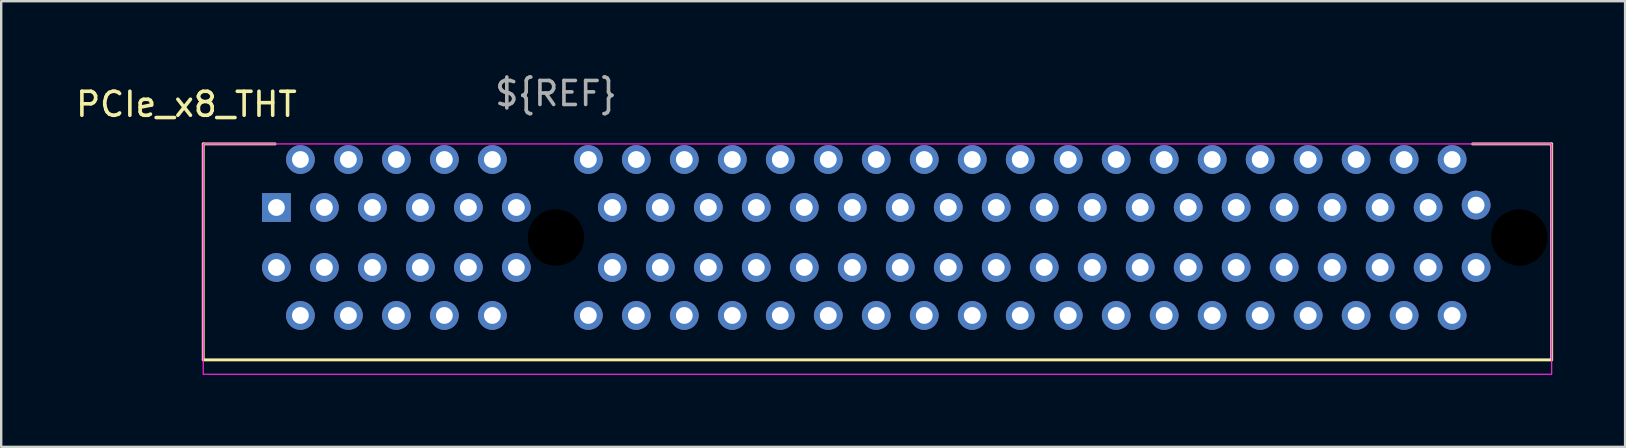
<source format=kicad_pcb>
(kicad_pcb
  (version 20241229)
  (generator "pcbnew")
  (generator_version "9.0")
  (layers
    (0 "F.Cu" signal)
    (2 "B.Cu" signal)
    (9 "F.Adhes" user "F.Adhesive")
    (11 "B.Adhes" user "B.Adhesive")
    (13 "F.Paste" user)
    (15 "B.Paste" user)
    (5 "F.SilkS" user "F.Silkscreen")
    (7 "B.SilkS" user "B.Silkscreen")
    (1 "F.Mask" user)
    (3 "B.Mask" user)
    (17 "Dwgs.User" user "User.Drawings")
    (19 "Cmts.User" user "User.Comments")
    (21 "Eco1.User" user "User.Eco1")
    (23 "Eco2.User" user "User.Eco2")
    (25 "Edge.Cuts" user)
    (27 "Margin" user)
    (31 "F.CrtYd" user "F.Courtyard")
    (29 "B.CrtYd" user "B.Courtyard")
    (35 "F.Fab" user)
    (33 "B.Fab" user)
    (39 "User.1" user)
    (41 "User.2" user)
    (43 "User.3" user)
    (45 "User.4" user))
  (footprint "PCIe_x8_THT"
    (layer "F.Cu")
    (at 20.12 6.848)
    (property "Reference" "PCIe_x8_THT" (at -15.4 -5.55 0) (unlocked yes) (layer "F.SilkS") (effects (font (size 1 1) (thickness 0.15))))
    (fp_line (start -14.7 -3.9) (end -14.7 5.1) (stroke (width 0.12) (type solid)) (layer "F.SilkS"))
    (fp_line (start -14.7 -3.9) (end -11.7 -3.9) (stroke (width 0.12) (type solid)) (layer "F.SilkS"))
    (fp_line (start -14.7 5.1) (end 41.5 5.1) (stroke (width 0.12) (type solid)) (layer "F.SilkS"))
    (fp_line (start 41.5 -3.9) (end 38.2 -3.9) (stroke (width 0.12) (type solid)) (layer "F.SilkS"))
    (fp_line (start 41.5 -3.9) (end 41.5 5.1) (stroke (width 0.12) (type solid)) (layer "F.SilkS"))
    (fp_rect (start -14.7 5.7) (end 41.5 -3.9) (stroke (width 0.05) (type solid)) (fill no) (layer "F.CrtYd"))
    (fp_text user "${REF}" (at 0 -6 0) (unlocked yes) (layer "F.Fab") (effects (font (size 1 1) (thickness 0.15))))
    (pad "" np_thru_hole circle (at 0 0) (size 2.35 2.35) (drill 2.35) (layers "*.Mask"))
    (pad "" np_thru_hole circle (at 40.15 0) (size 2.35 2.35) (drill 2.35) (layers "*.Mask"))
    (pad "A1" thru_hole rect (at -11.65 -1.25) (size 1.2 1.2) (drill 0.7) (layers "*.Cu" "*.Mask"))
    (pad "A2" thru_hole circle (at -10.65 -3.25) (size 1.2 1.2) (drill 0.7) (layers "*.Cu" "*.Mask"))
    (pad "A3" thru_hole circle (at -9.65 -1.25) (size 1.2 1.2) (drill 0.7) (layers "*.Cu" "*.Mask"))
    (pad "A4" thru_hole circle (at -8.65 -3.25) (size 1.2 1.2) (drill 0.7) (layers "*.Cu" "*.Mask"))
    (pad "A5" thru_hole circle (at -7.65 -1.25) (size 1.2 1.2) (drill 0.7) (layers "*.Cu" "*.Mask"))
    (pad "A6" thru_hole circle (at -6.65 -3.25) (size 1.2 1.2) (drill 0.7) (layers "*.Cu" "*.Mask"))
    (pad "A7" thru_hole circle (at -5.65 -1.25) (size 1.2 1.2) (drill 0.7) (layers "*.Cu" "*.Mask"))
    (pad "A8" thru_hole circle (at -4.65 -3.25) (size 1.2 1.2) (drill 0.7) (layers "*.Cu" "*.Mask"))
    (pad "A9" thru_hole circle (at -3.65 -1.25) (size 1.2 1.2) (drill 0.7) (layers "*.Cu" "*.Mask"))
    (pad "A10" thru_hole circle (at -2.65 -3.25) (size 1.2 1.2) (drill 0.7) (layers "*.Cu" "*.Mask"))
    (pad "A11" thru_hole circle (at -1.65 -1.25) (size 1.2 1.2) (drill 0.7) (layers "*.Cu" "*.Mask"))
    (pad "A12" thru_hole circle (at 1.35 -3.25) (size 1.2 1.2) (drill 0.7) (layers "*.Cu" "*.Mask"))
    (pad "A13" thru_hole circle (at 2.35 -1.25) (size 1.2 1.2) (drill 0.7) (layers "*.Cu" "*.Mask"))
    (pad "A14" thru_hole circle (at 3.35 -3.25) (size 1.2 1.2) (drill 0.7) (layers "*.Cu" "*.Mask"))
    (pad "A15" thru_hole circle (at 4.35 -1.25) (size 1.2 1.2) (drill 0.7) (layers "*.Cu" "*.Mask"))
    (pad "A16" thru_hole circle (at 5.35 -3.25) (size 1.2 1.2) (drill 0.7) (layers "*.Cu" "*.Mask"))
    (pad "A17" thru_hole circle (at 6.35 -1.25) (size 1.2 1.2) (drill 0.7) (layers "*.Cu" "*.Mask"))
    (pad "A18" thru_hole circle (at 7.35 -3.25) (size 1.2 1.2) (drill 0.7) (layers "*.Cu" "*.Mask"))
    (pad "A19" thru_hole circle (at 8.35 -1.25) (size 1.2 1.2) (drill 0.7) (layers "*.Cu" "*.Mask"))
    (pad "A20" thru_hole circle (at 9.35 -3.25) (size 1.2 1.2) (drill 0.7) (layers "*.Cu" "*.Mask"))
    (pad "A21" thru_hole circle (at 10.35 -1.25) (size 1.2 1.2) (drill 0.7) (layers "*.Cu" "*.Mask"))
    (pad "A22" thru_hole circle (at 11.35 -3.25) (size 1.2 1.2) (drill 0.7) (layers "*.Cu" "*.Mask"))
    (pad "A23" thru_hole circle (at 12.35 -1.25) (size 1.2 1.2) (drill 0.7) (layers "*.Cu" "*.Mask"))
    (pad "A24" thru_hole circle (at 13.35 -3.25) (size 1.2 1.2) (drill 0.7) (layers "*.Cu" "*.Mask"))
    (pad "A25" thru_hole circle (at 14.35 -1.25) (size 1.2 1.2) (drill 0.7) (layers "*.Cu" "*.Mask"))
    (pad "A26" thru_hole circle (at 15.35 -3.25) (size 1.2 1.2) (drill 0.7) (layers "*.Cu" "*.Mask"))
    (pad "A27" thru_hole circle (at 16.35 -1.25) (size 1.2 1.2) (drill 0.7) (layers "*.Cu" "*.Mask"))
    (pad "A28" thru_hole circle (at 17.35 -3.25) (size 1.2 1.2) (drill 0.7) (layers "*.Cu" "*.Mask"))
    (pad "A29" thru_hole circle (at 18.35 -1.25) (size 1.2 1.2) (drill 0.7) (layers "*.Cu" "*.Mask"))
    (pad "A30" thru_hole circle (at 19.35 -3.25) (size 1.2 1.2) (drill 0.7) (layers "*.Cu" "*.Mask"))
    (pad "A31" thru_hole circle (at 20.35 -1.25) (size 1.2 1.2) (drill 0.7) (layers "*.Cu" "*.Mask"))
    (pad "A32" thru_hole circle (at 21.35 -3.25) (size 1.2 1.2) (drill 0.7) (layers "*.Cu" "*.Mask"))
    (pad "A33" thru_hole circle (at 22.35 -1.25) (size 1.2 1.2) (drill 0.7) (layers "*.Cu" "*.Mask"))
    (pad "A34" thru_hole circle (at 23.35 -3.25) (size 1.2 1.2) (drill 0.7) (layers "*.Cu" "*.Mask"))
    (pad "A35" thru_hole circle (at 24.35 -1.25) (size 1.2 1.2) (drill 0.7) (layers "*.Cu" "*.Mask"))
    (pad "A36" thru_hole circle (at 25.35 -3.25) (size 1.2 1.2) (drill 0.7) (layers "*.Cu" "*.Mask"))
    (pad "A37" thru_hole circle (at 26.35 -1.25) (size 1.2 1.2) (drill 0.7) (layers "*.Cu" "*.Mask"))
    (pad "A38" thru_hole circle (at 27.35 -3.25) (size 1.2 1.2) (drill 0.7) (layers "*.Cu" "*.Mask"))
    (pad "A39" thru_hole circle (at 28.35 -1.25) (size 1.2 1.2) (drill 0.7) (layers "*.Cu" "*.Mask"))
    (pad "A40" thru_hole circle (at 29.35 -3.25) (size 1.2 1.2) (drill 0.7) (layers "*.Cu" "*.Mask"))
    (pad "A41" thru_hole circle (at 30.35 -1.25) (size 1.2 1.2) (drill 0.7) (layers "*.Cu" "*.Mask"))
    (pad "A42" thru_hole circle (at 31.35 -3.25) (size 1.2 1.2) (drill 0.7) (layers "*.Cu" "*.Mask"))
    (pad "A43" thru_hole circle (at 32.35 -1.25) (size 1.2 1.2) (drill 0.7) (layers "*.Cu" "*.Mask"))
    (pad "A44" thru_hole circle (at 33.35 -3.25) (size 1.2 1.2) (drill 0.7) (layers "*.Cu" "*.Mask"))
    (pad "A45" thru_hole circle (at 34.35 -1.25) (size 1.2 1.2) (drill 0.7) (layers "*.Cu" "*.Mask"))
    (pad "A46" thru_hole circle (at 35.35 -3.25) (size 1.2 1.2) (drill 0.7) (layers "*.Cu" "*.Mask"))
    (pad "A47" thru_hole circle (at 36.35 -1.25) (size 1.2 1.2) (drill 0.7) (layers "*.Cu" "*.Mask"))
    (pad "A48" thru_hole circle (at 37.35 -3.25) (size 1.2 1.2) (drill 0.7) (layers "*.Cu" "*.Mask"))
    (pad "A49" thru_hole circle (at 38.35 -1.35) (size 1.2 1.2) (drill 0.7) (layers "*.Cu" "*.Mask"))
    (pad "B1" thru_hole circle (at -11.65 1.25) (size 1.2 1.2) (drill 0.7) (layers "*.Cu" "*.Mask"))
    (pad "B2" thru_hole circle (at -10.65 3.25) (size 1.2 1.2) (drill 0.7) (layers "*.Cu" "*.Mask"))
    (pad "B3" thru_hole circle (at -9.65 1.25) (size 1.2 1.2) (drill 0.7) (layers "*.Cu" "*.Mask"))
    (pad "B4" thru_hole circle (at -8.65 3.25) (size 1.2 1.2) (drill 0.7) (layers "*.Cu" "*.Mask"))
    (pad "B5" thru_hole circle (at -7.65 1.25) (size 1.2 1.2) (drill 0.7) (layers "*.Cu" "*.Mask"))
    (pad "B6" thru_hole circle (at -6.65 3.25) (size 1.2 1.2) (drill 0.7) (layers "*.Cu" "*.Mask"))
    (pad "B7" thru_hole circle (at -5.65 1.25) (size 1.2 1.2) (drill 0.7) (layers "*.Cu" "*.Mask"))
    (pad "B8" thru_hole circle (at -4.65 3.25) (size 1.2 1.2) (drill 0.7) (layers "*.Cu" "*.Mask"))
    (pad "B9" thru_hole circle (at -3.65 1.25) (size 1.2 1.2) (drill 0.7) (layers "*.Cu" "*.Mask"))
    (pad "B10" thru_hole circle (at -2.65 3.25) (size 1.2 1.2) (drill 0.7) (layers "*.Cu" "*.Mask"))
    (pad "B11" thru_hole circle (at -1.65 1.25) (size 1.2 1.2) (drill 0.7) (layers "*.Cu" "*.Mask"))
    (pad "B12" thru_hole circle (at 1.35 3.25) (size 1.2 1.2) (drill 0.7) (layers "*.Cu" "*.Mask"))
    (pad "B13" thru_hole circle (at 2.35 1.25) (size 1.2 1.2) (drill 0.7) (layers "*.Cu" "*.Mask"))
    (pad "B14" thru_hole circle (at 3.35 3.25) (size 1.2 1.2) (drill 0.7) (layers "*.Cu" "*.Mask"))
    (pad "B15" thru_hole circle (at 4.35 1.25) (size 1.2 1.2) (drill 0.7) (layers "*.Cu" "*.Mask"))
    (pad "B16" thru_hole circle (at 5.35 3.25) (size 1.2 1.2) (drill 0.7) (layers "*.Cu" "*.Mask"))
    (pad "B17" thru_hole circle (at 6.35 1.25) (size 1.2 1.2) (drill 0.7) (layers "*.Cu" "*.Mask"))
    (pad "B18" thru_hole circle (at 7.35 3.25) (size 1.2 1.2) (drill 0.7) (layers "*.Cu" "*.Mask"))
    (pad "B19" thru_hole circle (at 8.35 1.25) (size 1.2 1.2) (drill 0.7) (layers "*.Cu" "*.Mask"))
    (pad "B20" thru_hole circle (at 9.35 3.25) (size 1.2 1.2) (drill 0.7) (layers "*.Cu" "*.Mask"))
    (pad "B21" thru_hole circle (at 10.35 1.25) (size 1.2 1.2) (drill 0.7) (layers "*.Cu" "*.Mask"))
    (pad "B22" thru_hole circle (at 11.35 3.25) (size 1.2 1.2) (drill 0.7) (layers "*.Cu" "*.Mask"))
    (pad "B23" thru_hole circle (at 12.35 1.25) (size 1.2 1.2) (drill 0.7) (layers "*.Cu" "*.Mask"))
    (pad "B24" thru_hole circle (at 13.35 3.25) (size 1.2 1.2) (drill 0.7) (layers "*.Cu" "*.Mask"))
    (pad "B25" thru_hole circle (at 14.35 1.25) (size 1.2 1.2) (drill 0.7) (layers "*.Cu" "*.Mask"))
    (pad "B26" thru_hole circle (at 15.35 3.25) (size 1.2 1.2) (drill 0.7) (layers "*.Cu" "*.Mask"))
    (pad "B27" thru_hole circle (at 16.35 1.25) (size 1.2 1.2) (drill 0.7) (layers "*.Cu" "*.Mask"))
    (pad "B28" thru_hole circle (at 17.35 3.25) (size 1.2 1.2) (drill 0.7) (layers "*.Cu" "*.Mask"))
    (pad "B29" thru_hole circle (at 18.35 1.25) (size 1.2 1.2) (drill 0.7) (layers "*.Cu" "*.Mask"))
    (pad "B30" thru_hole circle (at 19.35 3.25) (size 1.2 1.2) (drill 0.7) (layers "*.Cu" "*.Mask"))
    (pad "B31" thru_hole circle (at 20.35 1.25) (size 1.2 1.2) (drill 0.7) (layers "*.Cu" "*.Mask"))
    (pad "B32" thru_hole circle (at 21.35 3.25) (size 1.2 1.2) (drill 0.7) (layers "*.Cu" "*.Mask"))
    (pad "B33" thru_hole circle (at 22.35 1.25) (size 1.2 1.2) (drill 0.7) (layers "*.Cu" "*.Mask"))
    (pad "B34" thru_hole circle (at 23.35 3.25) (size 1.2 1.2) (drill 0.7) (layers "*.Cu" "*.Mask"))
    (pad "B35" thru_hole circle (at 24.35 1.25) (size 1.2 1.2) (drill 0.7) (layers "*.Cu" "*.Mask"))
    (pad "B36" thru_hole circle (at 25.35 3.25) (size 1.2 1.2) (drill 0.7) (layers "*.Cu" "*.Mask"))
    (pad "B37" thru_hole circle (at 26.35 1.25) (size 1.2 1.2) (drill 0.7) (layers "*.Cu" "*.Mask"))
    (pad "B38" thru_hole circle (at 27.35 3.25) (size 1.2 1.2) (drill 0.7) (layers "*.Cu" "*.Mask"))
    (pad "B39" thru_hole circle (at 28.35 1.25) (size 1.2 1.2) (drill 0.7) (layers "*.Cu" "*.Mask"))
    (pad "B40" thru_hole circle (at 29.35 3.25) (size 1.2 1.2) (drill 0.7) (layers "*.Cu" "*.Mask"))
    (pad "B41" thru_hole circle (at 30.35 1.25) (size 1.2 1.2) (drill 0.7) (layers "*.Cu" "*.Mask"))
    (pad "B42" thru_hole circle (at 31.35 3.25) (size 1.2 1.2) (drill 0.7) (layers "*.Cu" "*.Mask"))
    (pad "B43" thru_hole circle (at 32.35 1.25) (size 1.2 1.2) (drill 0.7) (layers "*.Cu" "*.Mask"))
    (pad "B44" thru_hole circle (at 33.35 3.25) (size 1.2 1.2) (drill 0.7) (layers "*.Cu" "*.Mask"))
    (pad "B45" thru_hole circle (at 34.35 1.25) (size 1.2 1.2) (drill 0.7) (layers "*.Cu" "*.Mask"))
    (pad "B46" thru_hole circle (at 35.35 3.25) (size 1.2 1.2) (drill 0.7) (layers "*.Cu" "*.Mask"))
    (pad "B47" thru_hole circle (at 36.35 1.25) (size 1.2 1.2) (drill 0.7) (layers "*.Cu" "*.Mask"))
    (pad "B48" thru_hole circle (at 37.35 3.25) (size 1.2 1.2) (drill 0.7) (layers "*.Cu" "*.Mask"))
    (pad "B49" thru_hole circle (at 38.35 1.25) (size 1.2 1.2) (drill 0.7) (layers "*.Cu" "*.Mask")))
  (gr_rect
    (start -3 -3)
    (end 64.68 15.573)
    (stroke (width 0.1) (type default))
    (fill no)
    (layer "Edge.Cuts")))
</source>
